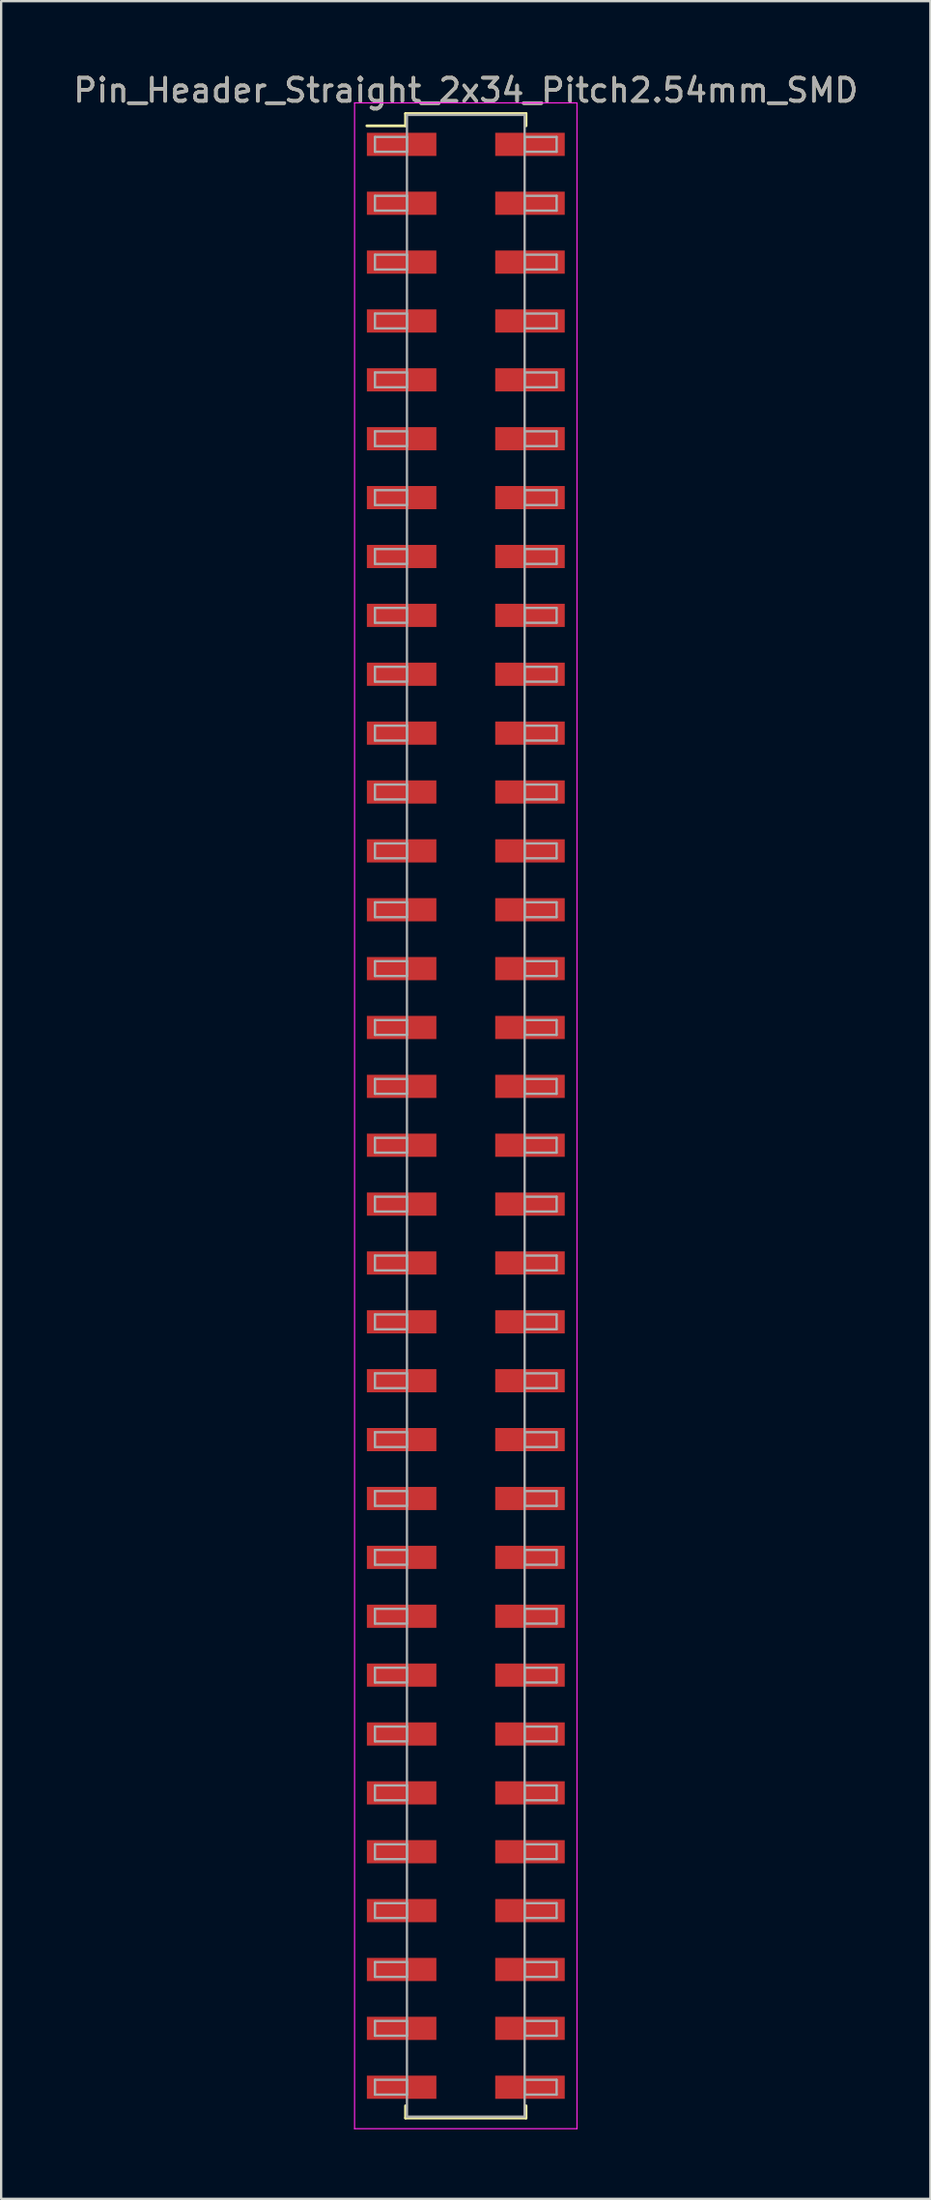
<source format=kicad_pcb>
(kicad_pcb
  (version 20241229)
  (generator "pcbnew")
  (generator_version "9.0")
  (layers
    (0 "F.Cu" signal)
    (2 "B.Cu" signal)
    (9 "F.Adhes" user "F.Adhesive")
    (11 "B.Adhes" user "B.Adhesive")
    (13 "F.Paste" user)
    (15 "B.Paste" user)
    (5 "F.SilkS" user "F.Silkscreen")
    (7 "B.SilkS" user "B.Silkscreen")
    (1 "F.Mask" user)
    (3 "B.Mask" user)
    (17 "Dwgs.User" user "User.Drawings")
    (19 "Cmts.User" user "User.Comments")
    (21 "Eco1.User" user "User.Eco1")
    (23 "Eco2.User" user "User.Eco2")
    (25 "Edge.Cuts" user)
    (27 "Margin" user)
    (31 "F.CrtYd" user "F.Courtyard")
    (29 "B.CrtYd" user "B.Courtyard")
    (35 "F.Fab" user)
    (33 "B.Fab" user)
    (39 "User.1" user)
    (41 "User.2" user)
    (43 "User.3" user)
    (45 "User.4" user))
  (footprint "Pin_Header_Straight_2x34_Pitch2.54mm_SMD"
    (layer "F.Cu")
    (at 17.054 45.088)
    (property "Reference" "Pin_Header_Straight_2x34_Pitch2.54mm_SMD" (at 0 -44.24 0) (layer "F.SilkS") (effects (font (size 1 1) (thickness 0.15))))
    (attr smd)
    (fp_line (start -4.27 -42.71) (end -2.6 -42.71) (stroke (width 0.12) (type solid)) (layer "F.SilkS"))
    (fp_line (start -2.6 -43.24) (end 2.6 -43.24) (stroke (width 0.12) (type solid)) (layer "F.SilkS"))
    (fp_line (start -2.6 -42.71) (end -2.6 -43.24) (stroke (width 0.12) (type solid)) (layer "F.SilkS"))
    (fp_line (start -2.6 42.71) (end -2.6 43.24) (stroke (width 0.12) (type solid)) (layer "F.SilkS"))
    (fp_line (start -2.6 43.24) (end 2.6 43.24) (stroke (width 0.12) (type solid)) (layer "F.SilkS"))
    (fp_line (start 2.6 -43.24) (end 2.6 -42.71) (stroke (width 0.12) (type solid)) (layer "F.SilkS"))
    (fp_line (start 2.6 43.24) (end 2.6 42.71) (stroke (width 0.12) (type solid)) (layer "F.SilkS"))
    (fp_line (start -4.8 -43.7) (end -4.8 43.7) (stroke (width 0.05) (type solid)) (layer "F.CrtYd"))
    (fp_line (start -4.8 43.7) (end 4.8 43.7) (stroke (width 0.05) (type solid)) (layer "F.CrtYd"))
    (fp_line (start 4.8 -43.7) (end -4.8 -43.7) (stroke (width 0.05) (type solid)) (layer "F.CrtYd"))
    (fp_line (start 4.8 43.7) (end 4.8 -43.7) (stroke (width 0.05) (type solid)) (layer "F.CrtYd"))
    (fp_line (start -3.92 -42.23) (end -2.54 -42.23) (stroke (width 0.1) (type solid)) (layer "F.Fab"))
    (fp_line (start -3.92 -41.59) (end -3.92 -42.23) (stroke (width 0.1) (type solid)) (layer "F.Fab"))
    (fp_line (start -3.92 -39.69) (end -2.54 -39.69) (stroke (width 0.1) (type solid)) (layer "F.Fab"))
    (fp_line (start -3.92 -39.05) (end -3.92 -39.69) (stroke (width 0.1) (type solid)) (layer "F.Fab"))
    (fp_line (start -3.92 -37.15) (end -2.54 -37.15) (stroke (width 0.1) (type solid)) (layer "F.Fab"))
    (fp_line (start -3.92 -36.51) (end -3.92 -37.15) (stroke (width 0.1) (type solid)) (layer "F.Fab"))
    (fp_line (start -3.92 -34.61) (end -2.54 -34.61) (stroke (width 0.1) (type solid)) (layer "F.Fab"))
    (fp_line (start -3.92 -33.97) (end -3.92 -34.61) (stroke (width 0.1) (type solid)) (layer "F.Fab"))
    (fp_line (start -3.92 -32.07) (end -2.54 -32.07) (stroke (width 0.1) (type solid)) (layer "F.Fab"))
    (fp_line (start -3.92 -31.43) (end -3.92 -32.07) (stroke (width 0.1) (type solid)) (layer "F.Fab"))
    (fp_line (start -3.92 -29.53) (end -2.54 -29.53) (stroke (width 0.1) (type solid)) (layer "F.Fab"))
    (fp_line (start -3.92 -28.89) (end -3.92 -29.53) (stroke (width 0.1) (type solid)) (layer "F.Fab"))
    (fp_line (start -3.92 -26.99) (end -2.54 -26.99) (stroke (width 0.1) (type solid)) (layer "F.Fab"))
    (fp_line (start -3.92 -26.35) (end -3.92 -26.99) (stroke (width 0.1) (type solid)) (layer "F.Fab"))
    (fp_line (start -3.92 -24.45) (end -2.54 -24.45) (stroke (width 0.1) (type solid)) (layer "F.Fab"))
    (fp_line (start -3.92 -23.81) (end -3.92 -24.45) (stroke (width 0.1) (type solid)) (layer "F.Fab"))
    (fp_line (start -3.92 -21.91) (end -2.54 -21.91) (stroke (width 0.1) (type solid)) (layer "F.Fab"))
    (fp_line (start -3.92 -21.27) (end -3.92 -21.91) (stroke (width 0.1) (type solid)) (layer "F.Fab"))
    (fp_line (start -3.92 -19.37) (end -2.54 -19.37) (stroke (width 0.1) (type solid)) (layer "F.Fab"))
    (fp_line (start -3.92 -18.73) (end -3.92 -19.37) (stroke (width 0.1) (type solid)) (layer "F.Fab"))
    (fp_line (start -3.92 -16.83) (end -2.54 -16.83) (stroke (width 0.1) (type solid)) (layer "F.Fab"))
    (fp_line (start -3.92 -16.19) (end -3.92 -16.83) (stroke (width 0.1) (type solid)) (layer "F.Fab"))
    (fp_line (start -3.92 -14.29) (end -2.54 -14.29) (stroke (width 0.1) (type solid)) (layer "F.Fab"))
    (fp_line (start -3.92 -13.65) (end -3.92 -14.29) (stroke (width 0.1) (type solid)) (layer "F.Fab"))
    (fp_line (start -3.92 -11.75) (end -2.54 -11.75) (stroke (width 0.1) (type solid)) (layer "F.Fab"))
    (fp_line (start -3.92 -11.11) (end -3.92 -11.75) (stroke (width 0.1) (type solid)) (layer "F.Fab"))
    (fp_line (start -3.92 -9.21) (end -2.54 -9.21) (stroke (width 0.1) (type solid)) (layer "F.Fab"))
    (fp_line (start -3.92 -8.57) (end -3.92 -9.21) (stroke (width 0.1) (type solid)) (layer "F.Fab"))
    (fp_line (start -3.92 -6.67) (end -2.54 -6.67) (stroke (width 0.1) (type solid)) (layer "F.Fab"))
    (fp_line (start -3.92 -6.03) (end -3.92 -6.67) (stroke (width 0.1) (type solid)) (layer "F.Fab"))
    (fp_line (start -3.92 -4.13) (end -2.54 -4.13) (stroke (width 0.1) (type solid)) (layer "F.Fab"))
    (fp_line (start -3.92 -3.49) (end -3.92 -4.13) (stroke (width 0.1) (type solid)) (layer "F.Fab"))
    (fp_line (start -3.92 -1.59) (end -2.54 -1.59) (stroke (width 0.1) (type solid)) (layer "F.Fab"))
    (fp_line (start -3.92 -0.95) (end -3.92 -1.59) (stroke (width 0.1) (type solid)) (layer "F.Fab"))
    (fp_line (start -3.92 0.95) (end -2.54 0.95) (stroke (width 0.1) (type solid)) (layer "F.Fab"))
    (fp_line (start -3.92 1.59) (end -3.92 0.95) (stroke (width 0.1) (type solid)) (layer "F.Fab"))
    (fp_line (start -3.92 3.49) (end -2.54 3.49) (stroke (width 0.1) (type solid)) (layer "F.Fab"))
    (fp_line (start -3.92 4.13) (end -3.92 3.49) (stroke (width 0.1) (type solid)) (layer "F.Fab"))
    (fp_line (start -3.92 6.03) (end -2.54 6.03) (stroke (width 0.1) (type solid)) (layer "F.Fab"))
    (fp_line (start -3.92 6.67) (end -3.92 6.03) (stroke (width 0.1) (type solid)) (layer "F.Fab"))
    (fp_line (start -3.92 8.57) (end -2.54 8.57) (stroke (width 0.1) (type solid)) (layer "F.Fab"))
    (fp_line (start -3.92 9.21) (end -3.92 8.57) (stroke (width 0.1) (type solid)) (layer "F.Fab"))
    (fp_line (start -3.92 11.11) (end -2.54 11.11) (stroke (width 0.1) (type solid)) (layer "F.Fab"))
    (fp_line (start -3.92 11.75) (end -3.92 11.11) (stroke (width 0.1) (type solid)) (layer "F.Fab"))
    (fp_line (start -3.92 13.65) (end -2.54 13.65) (stroke (width 0.1) (type solid)) (layer "F.Fab"))
    (fp_line (start -3.92 14.29) (end -3.92 13.65) (stroke (width 0.1) (type solid)) (layer "F.Fab"))
    (fp_line (start -3.92 16.19) (end -2.54 16.19) (stroke (width 0.1) (type solid)) (layer "F.Fab"))
    (fp_line (start -3.92 16.83) (end -3.92 16.19) (stroke (width 0.1) (type solid)) (layer "F.Fab"))
    (fp_line (start -3.92 18.73) (end -2.54 18.73) (stroke (width 0.1) (type solid)) (layer "F.Fab"))
    (fp_line (start -3.92 19.37) (end -3.92 18.73) (stroke (width 0.1) (type solid)) (layer "F.Fab"))
    (fp_line (start -3.92 21.27) (end -2.54 21.27) (stroke (width 0.1) (type solid)) (layer "F.Fab"))
    (fp_line (start -3.92 21.91) (end -3.92 21.27) (stroke (width 0.1) (type solid)) (layer "F.Fab"))
    (fp_line (start -3.92 23.81) (end -2.54 23.81) (stroke (width 0.1) (type solid)) (layer "F.Fab"))
    (fp_line (start -3.92 24.45) (end -3.92 23.81) (stroke (width 0.1) (type solid)) (layer "F.Fab"))
    (fp_line (start -3.92 26.35) (end -2.54 26.35) (stroke (width 0.1) (type solid)) (layer "F.Fab"))
    (fp_line (start -3.92 26.99) (end -3.92 26.35) (stroke (width 0.1) (type solid)) (layer "F.Fab"))
    (fp_line (start -3.92 28.89) (end -2.54 28.89) (stroke (width 0.1) (type solid)) (layer "F.Fab"))
    (fp_line (start -3.92 29.53) (end -3.92 28.89) (stroke (width 0.1) (type solid)) (layer "F.Fab"))
    (fp_line (start -3.92 31.43) (end -2.54 31.43) (stroke (width 0.1) (type solid)) (layer "F.Fab"))
    (fp_line (start -3.92 32.07) (end -3.92 31.43) (stroke (width 0.1) (type solid)) (layer "F.Fab"))
    (fp_line (start -3.92 33.97) (end -2.54 33.97) (stroke (width 0.1) (type solid)) (layer "F.Fab"))
    (fp_line (start -3.92 34.61) (end -3.92 33.97) (stroke (width 0.1) (type solid)) (layer "F.Fab"))
    (fp_line (start -3.92 36.51) (end -2.54 36.51) (stroke (width 0.1) (type solid)) (layer "F.Fab"))
    (fp_line (start -3.92 37.15) (end -3.92 36.51) (stroke (width 0.1) (type solid)) (layer "F.Fab"))
    (fp_line (start -3.92 39.05) (end -2.54 39.05) (stroke (width 0.1) (type solid)) (layer "F.Fab"))
    (fp_line (start -3.92 39.69) (end -3.92 39.05) (stroke (width 0.1) (type solid)) (layer "F.Fab"))
    (fp_line (start -3.92 41.59) (end -2.54 41.59) (stroke (width 0.1) (type solid)) (layer "F.Fab"))
    (fp_line (start -3.92 42.23) (end -3.92 41.59) (stroke (width 0.1) (type solid)) (layer "F.Fab"))
    (fp_line (start -2.54 -43.18) (end -2.54 43.18) (stroke (width 0.1) (type solid)) (layer "F.Fab"))
    (fp_line (start -2.54 -42.23) (end -2.54 -41.59) (stroke (width 0.1) (type solid)) (layer "F.Fab"))
    (fp_line (start -2.54 -41.59) (end -3.92 -41.59) (stroke (width 0.1) (type solid)) (layer "F.Fab"))
    (fp_line (start -2.54 -39.69) (end -2.54 -39.05) (stroke (width 0.1) (type solid)) (layer "F.Fab"))
    (fp_line (start -2.54 -39.05) (end -3.92 -39.05) (stroke (width 0.1) (type solid)) (layer "F.Fab"))
    (fp_line (start -2.54 -37.15) (end -2.54 -36.51) (stroke (width 0.1) (type solid)) (layer "F.Fab"))
    (fp_line (start -2.54 -36.51) (end -3.92 -36.51) (stroke (width 0.1) (type solid)) (layer "F.Fab"))
    (fp_line (start -2.54 -34.61) (end -2.54 -33.97) (stroke (width 0.1) (type solid)) (layer "F.Fab"))
    (fp_line (start -2.54 -33.97) (end -3.92 -33.97) (stroke (width 0.1) (type solid)) (layer "F.Fab"))
    (fp_line (start -2.54 -32.07) (end -2.54 -31.43) (stroke (width 0.1) (type solid)) (layer "F.Fab"))
    (fp_line (start -2.54 -31.43) (end -3.92 -31.43) (stroke (width 0.1) (type solid)) (layer "F.Fab"))
    (fp_line (start -2.54 -29.53) (end -2.54 -28.89) (stroke (width 0.1) (type solid)) (layer "F.Fab"))
    (fp_line (start -2.54 -28.89) (end -3.92 -28.89) (stroke (width 0.1) (type solid)) (layer "F.Fab"))
    (fp_line (start -2.54 -26.99) (end -2.54 -26.35) (stroke (width 0.1) (type solid)) (layer "F.Fab"))
    (fp_line (start -2.54 -26.35) (end -3.92 -26.35) (stroke (width 0.1) (type solid)) (layer "F.Fab"))
    (fp_line (start -2.54 -24.45) (end -2.54 -23.81) (stroke (width 0.1) (type solid)) (layer "F.Fab"))
    (fp_line (start -2.54 -23.81) (end -3.92 -23.81) (stroke (width 0.1) (type solid)) (layer "F.Fab"))
    (fp_line (start -2.54 -21.91) (end -2.54 -21.27) (stroke (width 0.1) (type solid)) (layer "F.Fab"))
    (fp_line (start -2.54 -21.27) (end -3.92 -21.27) (stroke (width 0.1) (type solid)) (layer "F.Fab"))
    (fp_line (start -2.54 -19.37) (end -2.54 -18.73) (stroke (width 0.1) (type solid)) (layer "F.Fab"))
    (fp_line (start -2.54 -18.73) (end -3.92 -18.73) (stroke (width 0.1) (type solid)) (layer "F.Fab"))
    (fp_line (start -2.54 -16.83) (end -2.54 -16.19) (stroke (width 0.1) (type solid)) (layer "F.Fab"))
    (fp_line (start -2.54 -16.19) (end -3.92 -16.19) (stroke (width 0.1) (type solid)) (layer "F.Fab"))
    (fp_line (start -2.54 -14.29) (end -2.54 -13.65) (stroke (width 0.1) (type solid)) (layer "F.Fab"))
    (fp_line (start -2.54 -13.65) (end -3.92 -13.65) (stroke (width 0.1) (type solid)) (layer "F.Fab"))
    (fp_line (start -2.54 -11.75) (end -2.54 -11.11) (stroke (width 0.1) (type solid)) (layer "F.Fab"))
    (fp_line (start -2.54 -11.11) (end -3.92 -11.11) (stroke (width 0.1) (type solid)) (layer "F.Fab"))
    (fp_line (start -2.54 -9.21) (end -2.54 -8.57) (stroke (width 0.1) (type solid)) (layer "F.Fab"))
    (fp_line (start -2.54 -8.57) (end -3.92 -8.57) (stroke (width 0.1) (type solid)) (layer "F.Fab"))
    (fp_line (start -2.54 -6.67) (end -2.54 -6.03) (stroke (width 0.1) (type solid)) (layer "F.Fab"))
    (fp_line (start -2.54 -6.03) (end -3.92 -6.03) (stroke (width 0.1) (type solid)) (layer "F.Fab"))
    (fp_line (start -2.54 -4.13) (end -2.54 -3.49) (stroke (width 0.1) (type solid)) (layer "F.Fab"))
    (fp_line (start -2.54 -3.49) (end -3.92 -3.49) (stroke (width 0.1) (type solid)) (layer "F.Fab"))
    (fp_line (start -2.54 -1.59) (end -2.54 -0.95) (stroke (width 0.1) (type solid)) (layer "F.Fab"))
    (fp_line (start -2.54 -0.95) (end -3.92 -0.95) (stroke (width 0.1) (type solid)) (layer "F.Fab"))
    (fp_line (start -2.54 0.95) (end -2.54 1.59) (stroke (width 0.1) (type solid)) (layer "F.Fab"))
    (fp_line (start -2.54 1.59) (end -3.92 1.59) (stroke (width 0.1) (type solid)) (layer "F.Fab"))
    (fp_line (start -2.54 3.49) (end -2.54 4.13) (stroke (width 0.1) (type solid)) (layer "F.Fab"))
    (fp_line (start -2.54 4.13) (end -3.92 4.13) (stroke (width 0.1) (type solid)) (layer "F.Fab"))
    (fp_line (start -2.54 6.03) (end -2.54 6.67) (stroke (width 0.1) (type solid)) (layer "F.Fab"))
    (fp_line (start -2.54 6.67) (end -3.92 6.67) (stroke (width 0.1) (type solid)) (layer "F.Fab"))
    (fp_line (start -2.54 8.57) (end -2.54 9.21) (stroke (width 0.1) (type solid)) (layer "F.Fab"))
    (fp_line (start -2.54 9.21) (end -3.92 9.21) (stroke (width 0.1) (type solid)) (layer "F.Fab"))
    (fp_line (start -2.54 11.11) (end -2.54 11.75) (stroke (width 0.1) (type solid)) (layer "F.Fab"))
    (fp_line (start -2.54 11.75) (end -3.92 11.75) (stroke (width 0.1) (type solid)) (layer "F.Fab"))
    (fp_line (start -2.54 13.65) (end -2.54 14.29) (stroke (width 0.1) (type solid)) (layer "F.Fab"))
    (fp_line (start -2.54 14.29) (end -3.92 14.29) (stroke (width 0.1) (type solid)) (layer "F.Fab"))
    (fp_line (start -2.54 16.19) (end -2.54 16.83) (stroke (width 0.1) (type solid)) (layer "F.Fab"))
    (fp_line (start -2.54 16.83) (end -3.92 16.83) (stroke (width 0.1) (type solid)) (layer "F.Fab"))
    (fp_line (start -2.54 18.73) (end -2.54 19.37) (stroke (width 0.1) (type solid)) (layer "F.Fab"))
    (fp_line (start -2.54 19.37) (end -3.92 19.37) (stroke (width 0.1) (type solid)) (layer "F.Fab"))
    (fp_line (start -2.54 21.27) (end -2.54 21.91) (stroke (width 0.1) (type solid)) (layer "F.Fab"))
    (fp_line (start -2.54 21.91) (end -3.92 21.91) (stroke (width 0.1) (type solid)) (layer "F.Fab"))
    (fp_line (start -2.54 23.81) (end -2.54 24.45) (stroke (width 0.1) (type solid)) (layer "F.Fab"))
    (fp_line (start -2.54 24.45) (end -3.92 24.45) (stroke (width 0.1) (type solid)) (layer "F.Fab"))
    (fp_line (start -2.54 26.35) (end -2.54 26.99) (stroke (width 0.1) (type solid)) (layer "F.Fab"))
    (fp_line (start -2.54 26.99) (end -3.92 26.99) (stroke (width 0.1) (type solid)) (layer "F.Fab"))
    (fp_line (start -2.54 28.89) (end -2.54 29.53) (stroke (width 0.1) (type solid)) (layer "F.Fab"))
    (fp_line (start -2.54 29.53) (end -3.92 29.53) (stroke (width 0.1) (type solid)) (layer "F.Fab"))
    (fp_line (start -2.54 31.43) (end -2.54 32.07) (stroke (width 0.1) (type solid)) (layer "F.Fab"))
    (fp_line (start -2.54 32.07) (end -3.92 32.07) (stroke (width 0.1) (type solid)) (layer "F.Fab"))
    (fp_line (start -2.54 33.97) (end -2.54 34.61) (stroke (width 0.1) (type solid)) (layer "F.Fab"))
    (fp_line (start -2.54 34.61) (end -3.92 34.61) (stroke (width 0.1) (type solid)) (layer "F.Fab"))
    (fp_line (start -2.54 36.51) (end -2.54 37.15) (stroke (width 0.1) (type solid)) (layer "F.Fab"))
    (fp_line (start -2.54 37.15) (end -3.92 37.15) (stroke (width 0.1) (type solid)) (layer "F.Fab"))
    (fp_line (start -2.54 39.05) (end -2.54 39.69) (stroke (width 0.1) (type solid)) (layer "F.Fab"))
    (fp_line (start -2.54 39.69) (end -3.92 39.69) (stroke (width 0.1) (type solid)) (layer "F.Fab"))
    (fp_line (start -2.54 41.59) (end -2.54 42.23) (stroke (width 0.1) (type solid)) (layer "F.Fab"))
    (fp_line (start -2.54 42.23) (end -3.92 42.23) (stroke (width 0.1) (type solid)) (layer "F.Fab"))
    (fp_line (start -2.54 43.18) (end 2.54 43.18) (stroke (width 0.1) (type solid)) (layer "F.Fab"))
    (fp_line (start 2.54 -43.18) (end -2.54 -43.18) (stroke (width 0.1) (type solid)) (layer "F.Fab"))
    (fp_line (start 2.54 -42.23) (end 2.54 -41.59) (stroke (width 0.1) (type solid)) (layer "F.Fab"))
    (fp_line (start 2.54 -41.59) (end 3.92 -41.59) (stroke (width 0.1) (type solid)) (layer "F.Fab"))
    (fp_line (start 2.54 -39.69) (end 2.54 -39.05) (stroke (width 0.1) (type solid)) (layer "F.Fab"))
    (fp_line (start 2.54 -39.05) (end 3.92 -39.05) (stroke (width 0.1) (type solid)) (layer "F.Fab"))
    (fp_line (start 2.54 -37.15) (end 2.54 -36.51) (stroke (width 0.1) (type solid)) (layer "F.Fab"))
    (fp_line (start 2.54 -36.51) (end 3.92 -36.51) (stroke (width 0.1) (type solid)) (layer "F.Fab"))
    (fp_line (start 2.54 -34.61) (end 2.54 -33.97) (stroke (width 0.1) (type solid)) (layer "F.Fab"))
    (fp_line (start 2.54 -33.97) (end 3.92 -33.97) (stroke (width 0.1) (type solid)) (layer "F.Fab"))
    (fp_line (start 2.54 -32.07) (end 2.54 -31.43) (stroke (width 0.1) (type solid)) (layer "F.Fab"))
    (fp_line (start 2.54 -31.43) (end 3.92 -31.43) (stroke (width 0.1) (type solid)) (layer "F.Fab"))
    (fp_line (start 2.54 -29.53) (end 2.54 -28.89) (stroke (width 0.1) (type solid)) (layer "F.Fab"))
    (fp_line (start 2.54 -28.89) (end 3.92 -28.89) (stroke (width 0.1) (type solid)) (layer "F.Fab"))
    (fp_line (start 2.54 -26.99) (end 2.54 -26.35) (stroke (width 0.1) (type solid)) (layer "F.Fab"))
    (fp_line (start 2.54 -26.35) (end 3.92 -26.35) (stroke (width 0.1) (type solid)) (layer "F.Fab"))
    (fp_line (start 2.54 -24.45) (end 2.54 -23.81) (stroke (width 0.1) (type solid)) (layer "F.Fab"))
    (fp_line (start 2.54 -23.81) (end 3.92 -23.81) (stroke (width 0.1) (type solid)) (layer "F.Fab"))
    (fp_line (start 2.54 -21.91) (end 2.54 -21.27) (stroke (width 0.1) (type solid)) (layer "F.Fab"))
    (fp_line (start 2.54 -21.27) (end 3.92 -21.27) (stroke (width 0.1) (type solid)) (layer "F.Fab"))
    (fp_line (start 2.54 -19.37) (end 2.54 -18.73) (stroke (width 0.1) (type solid)) (layer "F.Fab"))
    (fp_line (start 2.54 -18.73) (end 3.92 -18.73) (stroke (width 0.1) (type solid)) (layer "F.Fab"))
    (fp_line (start 2.54 -16.83) (end 2.54 -16.19) (stroke (width 0.1) (type solid)) (layer "F.Fab"))
    (fp_line (start 2.54 -16.19) (end 3.92 -16.19) (stroke (width 0.1) (type solid)) (layer "F.Fab"))
    (fp_line (start 2.54 -14.29) (end 2.54 -13.65) (stroke (width 0.1) (type solid)) (layer "F.Fab"))
    (fp_line (start 2.54 -13.65) (end 3.92 -13.65) (stroke (width 0.1) (type solid)) (layer "F.Fab"))
    (fp_line (start 2.54 -11.75) (end 2.54 -11.11) (stroke (width 0.1) (type solid)) (layer "F.Fab"))
    (fp_line (start 2.54 -11.11) (end 3.92 -11.11) (stroke (width 0.1) (type solid)) (layer "F.Fab"))
    (fp_line (start 2.54 -9.21) (end 2.54 -8.57) (stroke (width 0.1) (type solid)) (layer "F.Fab"))
    (fp_line (start 2.54 -8.57) (end 3.92 -8.57) (stroke (width 0.1) (type solid)) (layer "F.Fab"))
    (fp_line (start 2.54 -6.67) (end 2.54 -6.03) (stroke (width 0.1) (type solid)) (layer "F.Fab"))
    (fp_line (start 2.54 -6.03) (end 3.92 -6.03) (stroke (width 0.1) (type solid)) (layer "F.Fab"))
    (fp_line (start 2.54 -4.13) (end 2.54 -3.49) (stroke (width 0.1) (type solid)) (layer "F.Fab"))
    (fp_line (start 2.54 -3.49) (end 3.92 -3.49) (stroke (width 0.1) (type solid)) (layer "F.Fab"))
    (fp_line (start 2.54 -1.59) (end 2.54 -0.95) (stroke (width 0.1) (type solid)) (layer "F.Fab"))
    (fp_line (start 2.54 -0.95) (end 3.92 -0.95) (stroke (width 0.1) (type solid)) (layer "F.Fab"))
    (fp_line (start 2.54 0.95) (end 2.54 1.59) (stroke (width 0.1) (type solid)) (layer "F.Fab"))
    (fp_line (start 2.54 1.59) (end 3.92 1.59) (stroke (width 0.1) (type solid)) (layer "F.Fab"))
    (fp_line (start 2.54 3.49) (end 2.54 4.13) (stroke (width 0.1) (type solid)) (layer "F.Fab"))
    (fp_line (start 2.54 4.13) (end 3.92 4.13) (stroke (width 0.1) (type solid)) (layer "F.Fab"))
    (fp_line (start 2.54 6.03) (end 2.54 6.67) (stroke (width 0.1) (type solid)) (layer "F.Fab"))
    (fp_line (start 2.54 6.67) (end 3.92 6.67) (stroke (width 0.1) (type solid)) (layer "F.Fab"))
    (fp_line (start 2.54 8.57) (end 2.54 9.21) (stroke (width 0.1) (type solid)) (layer "F.Fab"))
    (fp_line (start 2.54 9.21) (end 3.92 9.21) (stroke (width 0.1) (type solid)) (layer "F.Fab"))
    (fp_line (start 2.54 11.11) (end 2.54 11.75) (stroke (width 0.1) (type solid)) (layer "F.Fab"))
    (fp_line (start 2.54 11.75) (end 3.92 11.75) (stroke (width 0.1) (type solid)) (layer "F.Fab"))
    (fp_line (start 2.54 13.65) (end 2.54 14.29) (stroke (width 0.1) (type solid)) (layer "F.Fab"))
    (fp_line (start 2.54 14.29) (end 3.92 14.29) (stroke (width 0.1) (type solid)) (layer "F.Fab"))
    (fp_line (start 2.54 16.19) (end 2.54 16.83) (stroke (width 0.1) (type solid)) (layer "F.Fab"))
    (fp_line (start 2.54 16.83) (end 3.92 16.83) (stroke (width 0.1) (type solid)) (layer "F.Fab"))
    (fp_line (start 2.54 18.73) (end 2.54 19.37) (stroke (width 0.1) (type solid)) (layer "F.Fab"))
    (fp_line (start 2.54 19.37) (end 3.92 19.37) (stroke (width 0.1) (type solid)) (layer "F.Fab"))
    (fp_line (start 2.54 21.27) (end 2.54 21.91) (stroke (width 0.1) (type solid)) (layer "F.Fab"))
    (fp_line (start 2.54 21.91) (end 3.92 21.91) (stroke (width 0.1) (type solid)) (layer "F.Fab"))
    (fp_line (start 2.54 23.81) (end 2.54 24.45) (stroke (width 0.1) (type solid)) (layer "F.Fab"))
    (fp_line (start 2.54 24.45) (end 3.92 24.45) (stroke (width 0.1) (type solid)) (layer "F.Fab"))
    (fp_line (start 2.54 26.35) (end 2.54 26.99) (stroke (width 0.1) (type solid)) (layer "F.Fab"))
    (fp_line (start 2.54 26.99) (end 3.92 26.99) (stroke (width 0.1) (type solid)) (layer "F.Fab"))
    (fp_line (start 2.54 28.89) (end 2.54 29.53) (stroke (width 0.1) (type solid)) (layer "F.Fab"))
    (fp_line (start 2.54 29.53) (end 3.92 29.53) (stroke (width 0.1) (type solid)) (layer "F.Fab"))
    (fp_line (start 2.54 31.43) (end 2.54 32.07) (stroke (width 0.1) (type solid)) (layer "F.Fab"))
    (fp_line (start 2.54 32.07) (end 3.92 32.07) (stroke (width 0.1) (type solid)) (layer "F.Fab"))
    (fp_line (start 2.54 33.97) (end 2.54 34.61) (stroke (width 0.1) (type solid)) (layer "F.Fab"))
    (fp_line (start 2.54 34.61) (end 3.92 34.61) (stroke (width 0.1) (type solid)) (layer "F.Fab"))
    (fp_line (start 2.54 36.51) (end 2.54 37.15) (stroke (width 0.1) (type solid)) (layer "F.Fab"))
    (fp_line (start 2.54 37.15) (end 3.92 37.15) (stroke (width 0.1) (type solid)) (layer "F.Fab"))
    (fp_line (start 2.54 39.05) (end 2.54 39.69) (stroke (width 0.1) (type solid)) (layer "F.Fab"))
    (fp_line (start 2.54 39.69) (end 3.92 39.69) (stroke (width 0.1) (type solid)) (layer "F.Fab"))
    (fp_line (start 2.54 41.59) (end 2.54 42.23) (stroke (width 0.1) (type solid)) (layer "F.Fab"))
    (fp_line (start 2.54 42.23) (end 3.92 42.23) (stroke (width 0.1) (type solid)) (layer "F.Fab"))
    (fp_line (start 2.54 43.18) (end 2.54 -43.18) (stroke (width 0.1) (type solid)) (layer "F.Fab"))
    (fp_line (start 3.92 -42.23) (end 2.54 -42.23) (stroke (width 0.1) (type solid)) (layer "F.Fab"))
    (fp_line (start 3.92 -41.59) (end 3.92 -42.23) (stroke (width 0.1) (type solid)) (layer "F.Fab"))
    (fp_line (start 3.92 -39.69) (end 2.54 -39.69) (stroke (width 0.1) (type solid)) (layer "F.Fab"))
    (fp_line (start 3.92 -39.05) (end 3.92 -39.69) (stroke (width 0.1) (type solid)) (layer "F.Fab"))
    (fp_line (start 3.92 -37.15) (end 2.54 -37.15) (stroke (width 0.1) (type solid)) (layer "F.Fab"))
    (fp_line (start 3.92 -36.51) (end 3.92 -37.15) (stroke (width 0.1) (type solid)) (layer "F.Fab"))
    (fp_line (start 3.92 -34.61) (end 2.54 -34.61) (stroke (width 0.1) (type solid)) (layer "F.Fab"))
    (fp_line (start 3.92 -33.97) (end 3.92 -34.61) (stroke (width 0.1) (type solid)) (layer "F.Fab"))
    (fp_line (start 3.92 -32.07) (end 2.54 -32.07) (stroke (width 0.1) (type solid)) (layer "F.Fab"))
    (fp_line (start 3.92 -31.43) (end 3.92 -32.07) (stroke (width 0.1) (type solid)) (layer "F.Fab"))
    (fp_line (start 3.92 -29.53) (end 2.54 -29.53) (stroke (width 0.1) (type solid)) (layer "F.Fab"))
    (fp_line (start 3.92 -28.89) (end 3.92 -29.53) (stroke (width 0.1) (type solid)) (layer "F.Fab"))
    (fp_line (start 3.92 -26.99) (end 2.54 -26.99) (stroke (width 0.1) (type solid)) (layer "F.Fab"))
    (fp_line (start 3.92 -26.35) (end 3.92 -26.99) (stroke (width 0.1) (type solid)) (layer "F.Fab"))
    (fp_line (start 3.92 -24.45) (end 2.54 -24.45) (stroke (width 0.1) (type solid)) (layer "F.Fab"))
    (fp_line (start 3.92 -23.81) (end 3.92 -24.45) (stroke (width 0.1) (type solid)) (layer "F.Fab"))
    (fp_line (start 3.92 -21.91) (end 2.54 -21.91) (stroke (width 0.1) (type solid)) (layer "F.Fab"))
    (fp_line (start 3.92 -21.27) (end 3.92 -21.91) (stroke (width 0.1) (type solid)) (layer "F.Fab"))
    (fp_line (start 3.92 -19.37) (end 2.54 -19.37) (stroke (width 0.1) (type solid)) (layer "F.Fab"))
    (fp_line (start 3.92 -18.73) (end 3.92 -19.37) (stroke (width 0.1) (type solid)) (layer "F.Fab"))
    (fp_line (start 3.92 -16.83) (end 2.54 -16.83) (stroke (width 0.1) (type solid)) (layer "F.Fab"))
    (fp_line (start 3.92 -16.19) (end 3.92 -16.83) (stroke (width 0.1) (type solid)) (layer "F.Fab"))
    (fp_line (start 3.92 -14.29) (end 2.54 -14.29) (stroke (width 0.1) (type solid)) (layer "F.Fab"))
    (fp_line (start 3.92 -13.65) (end 3.92 -14.29) (stroke (width 0.1) (type solid)) (layer "F.Fab"))
    (fp_line (start 3.92 -11.75) (end 2.54 -11.75) (stroke (width 0.1) (type solid)) (layer "F.Fab"))
    (fp_line (start 3.92 -11.11) (end 3.92 -11.75) (stroke (width 0.1) (type solid)) (layer "F.Fab"))
    (fp_line (start 3.92 -9.21) (end 2.54 -9.21) (stroke (width 0.1) (type solid)) (layer "F.Fab"))
    (fp_line (start 3.92 -8.57) (end 3.92 -9.21) (stroke (width 0.1) (type solid)) (layer "F.Fab"))
    (fp_line (start 3.92 -6.67) (end 2.54 -6.67) (stroke (width 0.1) (type solid)) (layer "F.Fab"))
    (fp_line (start 3.92 -6.03) (end 3.92 -6.67) (stroke (width 0.1) (type solid)) (layer "F.Fab"))
    (fp_line (start 3.92 -4.13) (end 2.54 -4.13) (stroke (width 0.1) (type solid)) (layer "F.Fab"))
    (fp_line (start 3.92 -3.49) (end 3.92 -4.13) (stroke (width 0.1) (type solid)) (layer "F.Fab"))
    (fp_line (start 3.92 -1.59) (end 2.54 -1.59) (stroke (width 0.1) (type solid)) (layer "F.Fab"))
    (fp_line (start 3.92 -0.95) (end 3.92 -1.59) (stroke (width 0.1) (type solid)) (layer "F.Fab"))
    (fp_line (start 3.92 0.95) (end 2.54 0.95) (stroke (width 0.1) (type solid)) (layer "F.Fab"))
    (fp_line (start 3.92 1.59) (end 3.92 0.95) (stroke (width 0.1) (type solid)) (layer "F.Fab"))
    (fp_line (start 3.92 3.49) (end 2.54 3.49) (stroke (width 0.1) (type solid)) (layer "F.Fab"))
    (fp_line (start 3.92 4.13) (end 3.92 3.49) (stroke (width 0.1) (type solid)) (layer "F.Fab"))
    (fp_line (start 3.92 6.03) (end 2.54 6.03) (stroke (width 0.1) (type solid)) (layer "F.Fab"))
    (fp_line (start 3.92 6.67) (end 3.92 6.03) (stroke (width 0.1) (type solid)) (layer "F.Fab"))
    (fp_line (start 3.92 8.57) (end 2.54 8.57) (stroke (width 0.1) (type solid)) (layer "F.Fab"))
    (fp_line (start 3.92 9.21) (end 3.92 8.57) (stroke (width 0.1) (type solid)) (layer "F.Fab"))
    (fp_line (start 3.92 11.11) (end 2.54 11.11) (stroke (width 0.1) (type solid)) (layer "F.Fab"))
    (fp_line (start 3.92 11.75) (end 3.92 11.11) (stroke (width 0.1) (type solid)) (layer "F.Fab"))
    (fp_line (start 3.92 13.65) (end 2.54 13.65) (stroke (width 0.1) (type solid)) (layer "F.Fab"))
    (fp_line (start 3.92 14.29) (end 3.92 13.65) (stroke (width 0.1) (type solid)) (layer "F.Fab"))
    (fp_line (start 3.92 16.19) (end 2.54 16.19) (stroke (width 0.1) (type solid)) (layer "F.Fab"))
    (fp_line (start 3.92 16.83) (end 3.92 16.19) (stroke (width 0.1) (type solid)) (layer "F.Fab"))
    (fp_line (start 3.92 18.73) (end 2.54 18.73) (stroke (width 0.1) (type solid)) (layer "F.Fab"))
    (fp_line (start 3.92 19.37) (end 3.92 18.73) (stroke (width 0.1) (type solid)) (layer "F.Fab"))
    (fp_line (start 3.92 21.27) (end 2.54 21.27) (stroke (width 0.1) (type solid)) (layer "F.Fab"))
    (fp_line (start 3.92 21.91) (end 3.92 21.27) (stroke (width 0.1) (type solid)) (layer "F.Fab"))
    (fp_line (start 3.92 23.81) (end 2.54 23.81) (stroke (width 0.1) (type solid)) (layer "F.Fab"))
    (fp_line (start 3.92 24.45) (end 3.92 23.81) (stroke (width 0.1) (type solid)) (layer "F.Fab"))
    (fp_line (start 3.92 26.35) (end 2.54 26.35) (stroke (width 0.1) (type solid)) (layer "F.Fab"))
    (fp_line (start 3.92 26.99) (end 3.92 26.35) (stroke (width 0.1) (type solid)) (layer "F.Fab"))
    (fp_line (start 3.92 28.89) (end 2.54 28.89) (stroke (width 0.1) (type solid)) (layer "F.Fab"))
    (fp_line (start 3.92 29.53) (end 3.92 28.89) (stroke (width 0.1) (type solid)) (layer "F.Fab"))
    (fp_line (start 3.92 31.43) (end 2.54 31.43) (stroke (width 0.1) (type solid)) (layer "F.Fab"))
    (fp_line (start 3.92 32.07) (end 3.92 31.43) (stroke (width 0.1) (type solid)) (layer "F.Fab"))
    (fp_line (start 3.92 33.97) (end 2.54 33.97) (stroke (width 0.1) (type solid)) (layer "F.Fab"))
    (fp_line (start 3.92 34.61) (end 3.92 33.97) (stroke (width 0.1) (type solid)) (layer "F.Fab"))
    (fp_line (start 3.92 36.51) (end 2.54 36.51) (stroke (width 0.1) (type solid)) (layer "F.Fab"))
    (fp_line (start 3.92 37.15) (end 3.92 36.51) (stroke (width 0.1) (type solid)) (layer "F.Fab"))
    (fp_line (start 3.92 39.05) (end 2.54 39.05) (stroke (width 0.1) (type solid)) (layer "F.Fab"))
    (fp_line (start 3.92 39.69) (end 3.92 39.05) (stroke (width 0.1) (type solid)) (layer "F.Fab"))
    (fp_line (start 3.92 41.59) (end 2.54 41.59) (stroke (width 0.1) (type solid)) (layer "F.Fab"))
    (fp_line (start 3.92 42.23) (end 3.92 41.59) (stroke (width 0.1) (type solid)) (layer "F.Fab"))
    (fp_text user "${REFERENCE}" (at 0 -44.24 0) (layer "F.Fab") (effects (font (size 1 1) (thickness 0.15))))
    (pad "1" smd rect (at -2.77 -41.91) (size 3 1) (layers "F.Cu" "F.Mask" "F.Paste"))
    (pad "2" smd rect (at 2.77 -41.91) (size 3 1) (layers "F.Cu" "F.Mask" "F.Paste"))
    (pad "3" smd rect (at -2.77 -39.37) (size 3 1) (layers "F.Cu" "F.Mask" "F.Paste"))
    (pad "4" smd rect (at 2.77 -39.37) (size 3 1) (layers "F.Cu" "F.Mask" "F.Paste"))
    (pad "5" smd rect (at -2.77 -36.83) (size 3 1) (layers "F.Cu" "F.Mask" "F.Paste"))
    (pad "6" smd rect (at 2.77 -36.83) (size 3 1) (layers "F.Cu" "F.Mask" "F.Paste"))
    (pad "7" smd rect (at -2.77 -34.29) (size 3 1) (layers "F.Cu" "F.Mask" "F.Paste"))
    (pad "8" smd rect (at 2.77 -34.29) (size 3 1) (layers "F.Cu" "F.Mask" "F.Paste"))
    (pad "9" smd rect (at -2.77 -31.75) (size 3 1) (layers "F.Cu" "F.Mask" "F.Paste"))
    (pad "10" smd rect (at 2.77 -31.75) (size 3 1) (layers "F.Cu" "F.Mask" "F.Paste"))
    (pad "11" smd rect (at -2.77 -29.21) (size 3 1) (layers "F.Cu" "F.Mask" "F.Paste"))
    (pad "12" smd rect (at 2.77 -29.21) (size 3 1) (layers "F.Cu" "F.Mask" "F.Paste"))
    (pad "13" smd rect (at -2.77 -26.67) (size 3 1) (layers "F.Cu" "F.Mask" "F.Paste"))
    (pad "14" smd rect (at 2.77 -26.67) (size 3 1) (layers "F.Cu" "F.Mask" "F.Paste"))
    (pad "15" smd rect (at -2.77 -24.13) (size 3 1) (layers "F.Cu" "F.Mask" "F.Paste"))
    (pad "16" smd rect (at 2.77 -24.13) (size 3 1) (layers "F.Cu" "F.Mask" "F.Paste"))
    (pad "17" smd rect (at -2.77 -21.59) (size 3 1) (layers "F.Cu" "F.Mask" "F.Paste"))
    (pad "18" smd rect (at 2.77 -21.59) (size 3 1) (layers "F.Cu" "F.Mask" "F.Paste"))
    (pad "19" smd rect (at -2.77 -19.05) (size 3 1) (layers "F.Cu" "F.Mask" "F.Paste"))
    (pad "20" smd rect (at 2.77 -19.05) (size 3 1) (layers "F.Cu" "F.Mask" "F.Paste"))
    (pad "21" smd rect (at -2.77 -16.51) (size 3 1) (layers "F.Cu" "F.Mask" "F.Paste"))
    (pad "22" smd rect (at 2.77 -16.51) (size 3 1) (layers "F.Cu" "F.Mask" "F.Paste"))
    (pad "23" smd rect (at -2.77 -13.97) (size 3 1) (layers "F.Cu" "F.Mask" "F.Paste"))
    (pad "24" smd rect (at 2.77 -13.97) (size 3 1) (layers "F.Cu" "F.Mask" "F.Paste"))
    (pad "25" smd rect (at -2.77 -11.43) (size 3 1) (layers "F.Cu" "F.Mask" "F.Paste"))
    (pad "26" smd rect (at 2.77 -11.43) (size 3 1) (layers "F.Cu" "F.Mask" "F.Paste"))
    (pad "27" smd rect (at -2.77 -8.89) (size 3 1) (layers "F.Cu" "F.Mask" "F.Paste"))
    (pad "28" smd rect (at 2.77 -8.89) (size 3 1) (layers "F.Cu" "F.Mask" "F.Paste"))
    (pad "29" smd rect (at -2.77 -6.35) (size 3 1) (layers "F.Cu" "F.Mask" "F.Paste"))
    (pad "30" smd rect (at 2.77 -6.35) (size 3 1) (layers "F.Cu" "F.Mask" "F.Paste"))
    (pad "31" smd rect (at -2.77 -3.81) (size 3 1) (layers "F.Cu" "F.Mask" "F.Paste"))
    (pad "32" smd rect (at 2.77 -3.81) (size 3 1) (layers "F.Cu" "F.Mask" "F.Paste"))
    (pad "33" smd rect (at -2.77 -1.27) (size 3 1) (layers "F.Cu" "F.Mask" "F.Paste"))
    (pad "34" smd rect (at 2.77 -1.27) (size 3 1) (layers "F.Cu" "F.Mask" "F.Paste"))
    (pad "35" smd rect (at -2.77 1.27) (size 3 1) (layers "F.Cu" "F.Mask" "F.Paste"))
    (pad "36" smd rect (at 2.77 1.27) (size 3 1) (layers "F.Cu" "F.Mask" "F.Paste"))
    (pad "37" smd rect (at -2.77 3.81) (size 3 1) (layers "F.Cu" "F.Mask" "F.Paste"))
    (pad "38" smd rect (at 2.77 3.81) (size 3 1) (layers "F.Cu" "F.Mask" "F.Paste"))
    (pad "39" smd rect (at -2.77 6.35) (size 3 1) (layers "F.Cu" "F.Mask" "F.Paste"))
    (pad "40" smd rect (at 2.77 6.35) (size 3 1) (layers "F.Cu" "F.Mask" "F.Paste"))
    (pad "41" smd rect (at -2.77 8.89) (size 3 1) (layers "F.Cu" "F.Mask" "F.Paste"))
    (pad "42" smd rect (at 2.77 8.89) (size 3 1) (layers "F.Cu" "F.Mask" "F.Paste"))
    (pad "43" smd rect (at -2.77 11.43) (size 3 1) (layers "F.Cu" "F.Mask" "F.Paste"))
    (pad "44" smd rect (at 2.77 11.43) (size 3 1) (layers "F.Cu" "F.Mask" "F.Paste"))
    (pad "45" smd rect (at -2.77 13.97) (size 3 1) (layers "F.Cu" "F.Mask" "F.Paste"))
    (pad "46" smd rect (at 2.77 13.97) (size 3 1) (layers "F.Cu" "F.Mask" "F.Paste"))
    (pad "47" smd rect (at -2.77 16.51) (size 3 1) (layers "F.Cu" "F.Mask" "F.Paste"))
    (pad "48" smd rect (at 2.77 16.51) (size 3 1) (layers "F.Cu" "F.Mask" "F.Paste"))
    (pad "49" smd rect (at -2.77 19.05) (size 3 1) (layers "F.Cu" "F.Mask" "F.Paste"))
    (pad "50" smd rect (at 2.77 19.05) (size 3 1) (layers "F.Cu" "F.Mask" "F.Paste"))
    (pad "51" smd rect (at -2.77 21.59) (size 3 1) (layers "F.Cu" "F.Mask" "F.Paste"))
    (pad "52" smd rect (at 2.77 21.59) (size 3 1) (layers "F.Cu" "F.Mask" "F.Paste"))
    (pad "53" smd rect (at -2.77 24.13) (size 3 1) (layers "F.Cu" "F.Mask" "F.Paste"))
    (pad "54" smd rect (at 2.77 24.13) (size 3 1) (layers "F.Cu" "F.Mask" "F.Paste"))
    (pad "55" smd rect (at -2.77 26.67) (size 3 1) (layers "F.Cu" "F.Mask" "F.Paste"))
    (pad "56" smd rect (at 2.77 26.67) (size 3 1) (layers "F.Cu" "F.Mask" "F.Paste"))
    (pad "57" smd rect (at -2.77 29.21) (size 3 1) (layers "F.Cu" "F.Mask" "F.Paste"))
    (pad "58" smd rect (at 2.77 29.21) (size 3 1) (layers "F.Cu" "F.Mask" "F.Paste"))
    (pad "59" smd rect (at -2.77 31.75) (size 3 1) (layers "F.Cu" "F.Mask" "F.Paste"))
    (pad "60" smd rect (at 2.77 31.75) (size 3 1) (layers "F.Cu" "F.Mask" "F.Paste"))
    (pad "61" smd rect (at -2.77 34.29) (size 3 1) (layers "F.Cu" "F.Mask" "F.Paste"))
    (pad "62" smd rect (at 2.77 34.29) (size 3 1) (layers "F.Cu" "F.Mask" "F.Paste"))
    (pad "63" smd rect (at -2.77 36.83) (size 3 1) (layers "F.Cu" "F.Mask" "F.Paste"))
    (pad "64" smd rect (at 2.77 36.83) (size 3 1) (layers "F.Cu" "F.Mask" "F.Paste"))
    (pad "65" smd rect (at -2.77 39.37) (size 3 1) (layers "F.Cu" "F.Mask" "F.Paste"))
    (pad "66" smd rect (at 2.77 39.37) (size 3 1) (layers "F.Cu" "F.Mask" "F.Paste"))
    (pad "67" smd rect (at -2.77 41.91) (size 3 1) (layers "F.Cu" "F.Mask" "F.Paste"))
    (pad "68" smd rect (at 2.77 41.91) (size 3 1) (layers "F.Cu" "F.Mask" "F.Paste")))
  (gr_rect
    (start -3 -3)
    (end 37.107 91.813)
    (stroke (width 0.1) (type default))
    (fill no)
    (layer "Edge.Cuts")))
</source>
